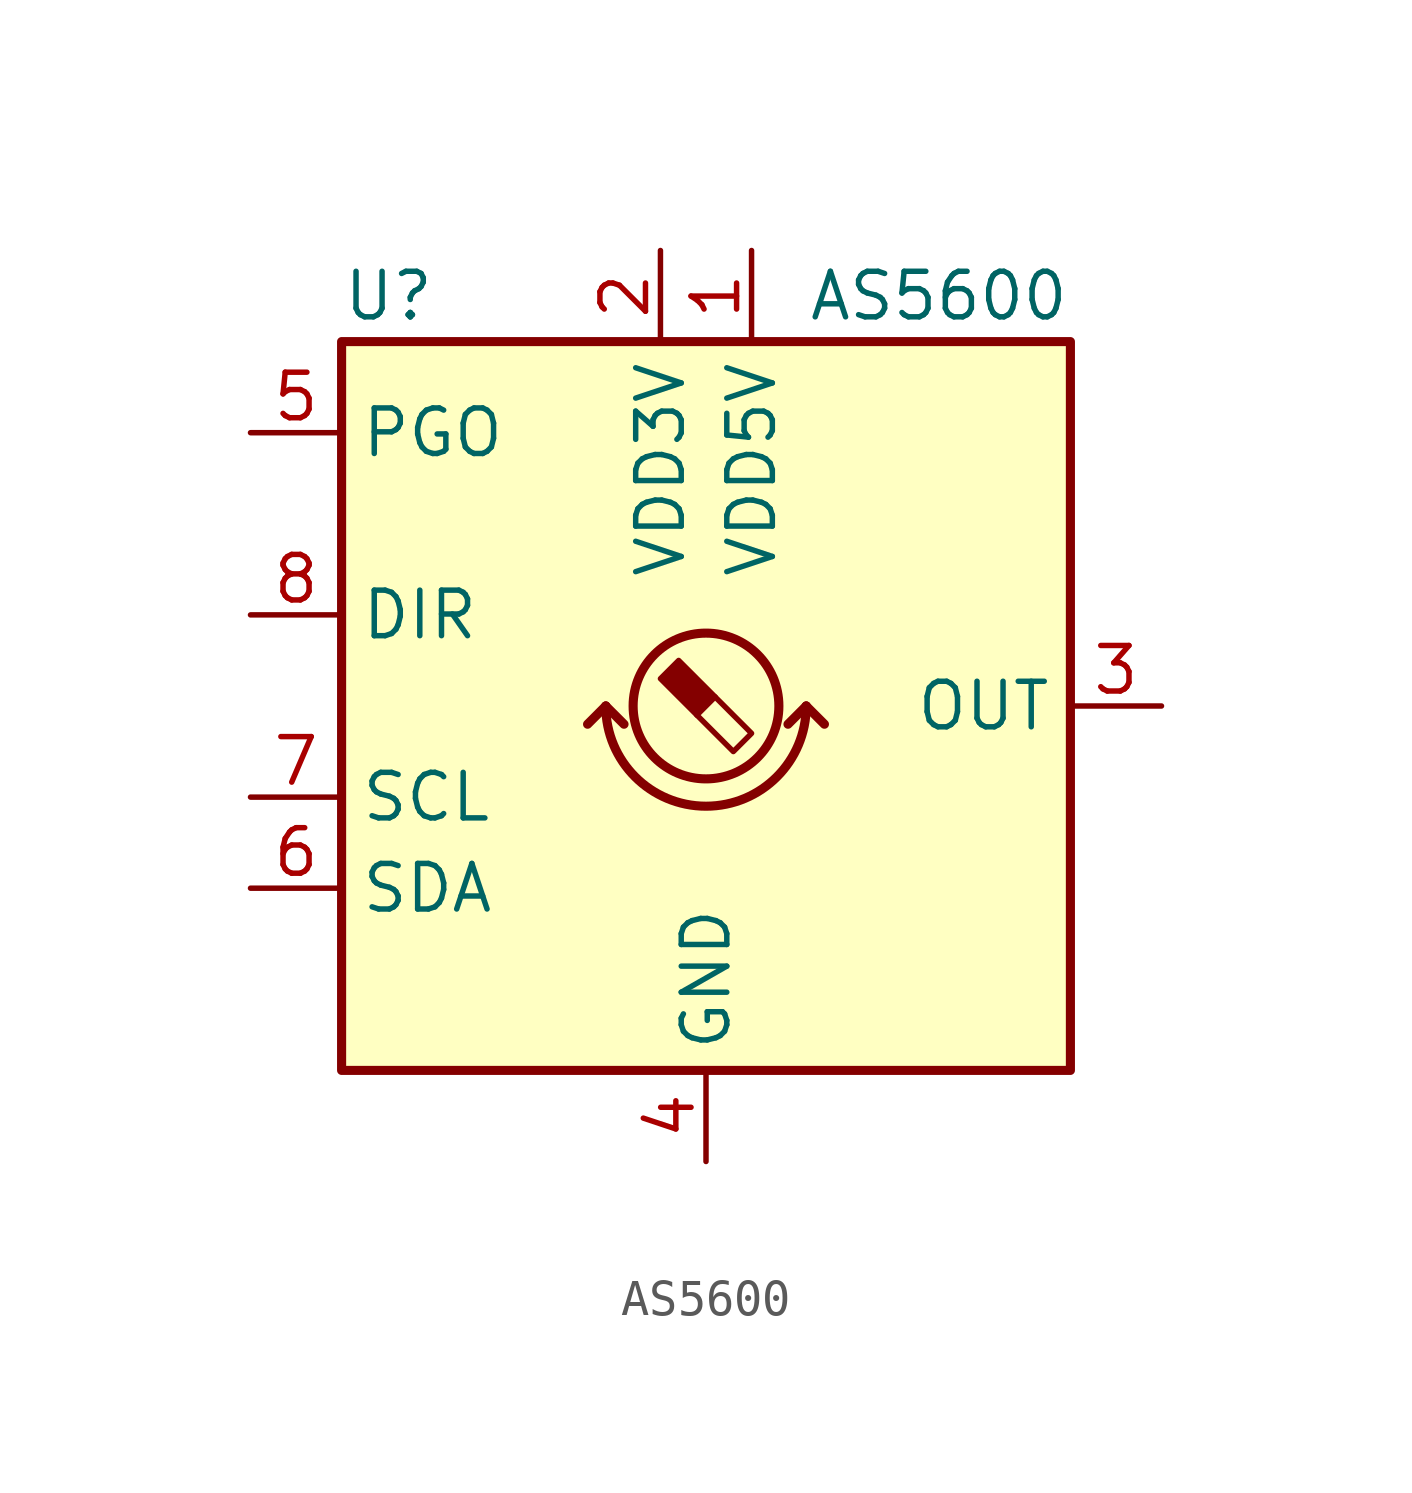
<source format=kicad_sym>
(kicad_symbol_lib
  (version 20231120)
  (generator "kicad_symbol_editor")
  (generator_version "8.0")
  (symbol "AS5600"
    (property "Reference" "U"
      (at -10.16 11.43 0)
      (effects (font (size 1.27 1.27)) (justify left)))
    (property "Value" "AS5600"
      (at 10.16 11.43 0)
      (effects (font (size 1.27 1.27)) (justify right)))
    (symbol "AS5600_0_1"
      (rectangle (start -10.16 10.16) (end 10.16 -10.16) (stroke (width 0.254) (type default)) (fill (type background)))
      (arc (start -2.794 0) (mid 0 -2.7819) (end 2.794 0) (stroke (width 0.254) (type default)) (fill (type none)))
      (polyline (pts (xy -2.794 0) (xy -3.302 -0.508)) (stroke (width 0.254) (type default)) (fill (type none)))
      (polyline (pts (xy -2.794 0) (xy -2.286 -0.508)) (stroke (width 0.254) (type default)) (fill (type none)))
      (polyline (pts (xy 2.794 0) (xy 2.286 -0.508)) (stroke (width 0.254) (type default)) (fill (type none)))
      (polyline (pts (xy 2.794 0) (xy 3.302 -0.508)) (stroke (width 0.254) (type default)) (fill (type none))))
    (symbol "AS5600_1_1"
      (polyline (pts (xy 0.254 0.254) (xy 1.27 -0.762) (xy 0.762 -1.27) (xy -0.254 -0.254)) (stroke (width 0) (type default)) (fill (type none)))
      (polyline (pts (xy -0.762 1.27) (xy 0.254 0.254) (xy -0.254 -0.254) (xy -1.27 0.762) (xy -1.016 1.016) (xy -0.762 1.27) (xy -0.635 1.143)) (stroke (width 0) (type default)) (fill (type outline)))
      (circle (center 0 0) (radius 2.032) (stroke (width 0.254) (type default)) (fill (type none)))
      (pin power_in line (at 1.27 12.7 270) (length 2.54) (name "VDD5V" (effects (font (size 1.27 1.27)))) (number "1" (effects (font (size 1.27 1.27)))))
      (pin power_in line (at -1.27 12.7 270) (length 2.54) (name "VDD3V" (effects (font (size 1.27 1.27)))) (number "2" (effects (font (size 1.27 1.27)))))
      (pin output line (at 12.7 0 180) (length 2.54) (name "OUT" (effects (font (size 1.27 1.27)))) (number "3" (effects (font (size 1.27 1.27)))))
      (pin power_in line (at 0 -12.7 90) (length 2.54) (name "GND" (effects (font (size 1.27 1.27)))) (number "4" (effects (font (size 1.27 1.27)))))
      (pin input line (at -12.7 7.62 0) (length 2.54) (name "PGO" (effects (font (size 1.27 1.27)))) (number "5" (effects (font (size 1.27 1.27)))))
      (pin bidirectional line (at -12.7 -5.08 0) (length 2.54) (name "SDA" (effects (font (size 1.27 1.27)))) (number "6" (effects (font (size 1.27 1.27)))))
      (pin input line (at -12.7 -2.54 0) (length 2.54) (name "SCL" (effects (font (size 1.27 1.27)))) (number "7" (effects (font (size 1.27 1.27)))))
      (pin input line (at -12.7 2.54 0) (length 2.54) (name "DIR" (effects (font (size 1.27 1.27)))) (number "8" (effects (font (size 1.27 1.27))))))))
</source>
